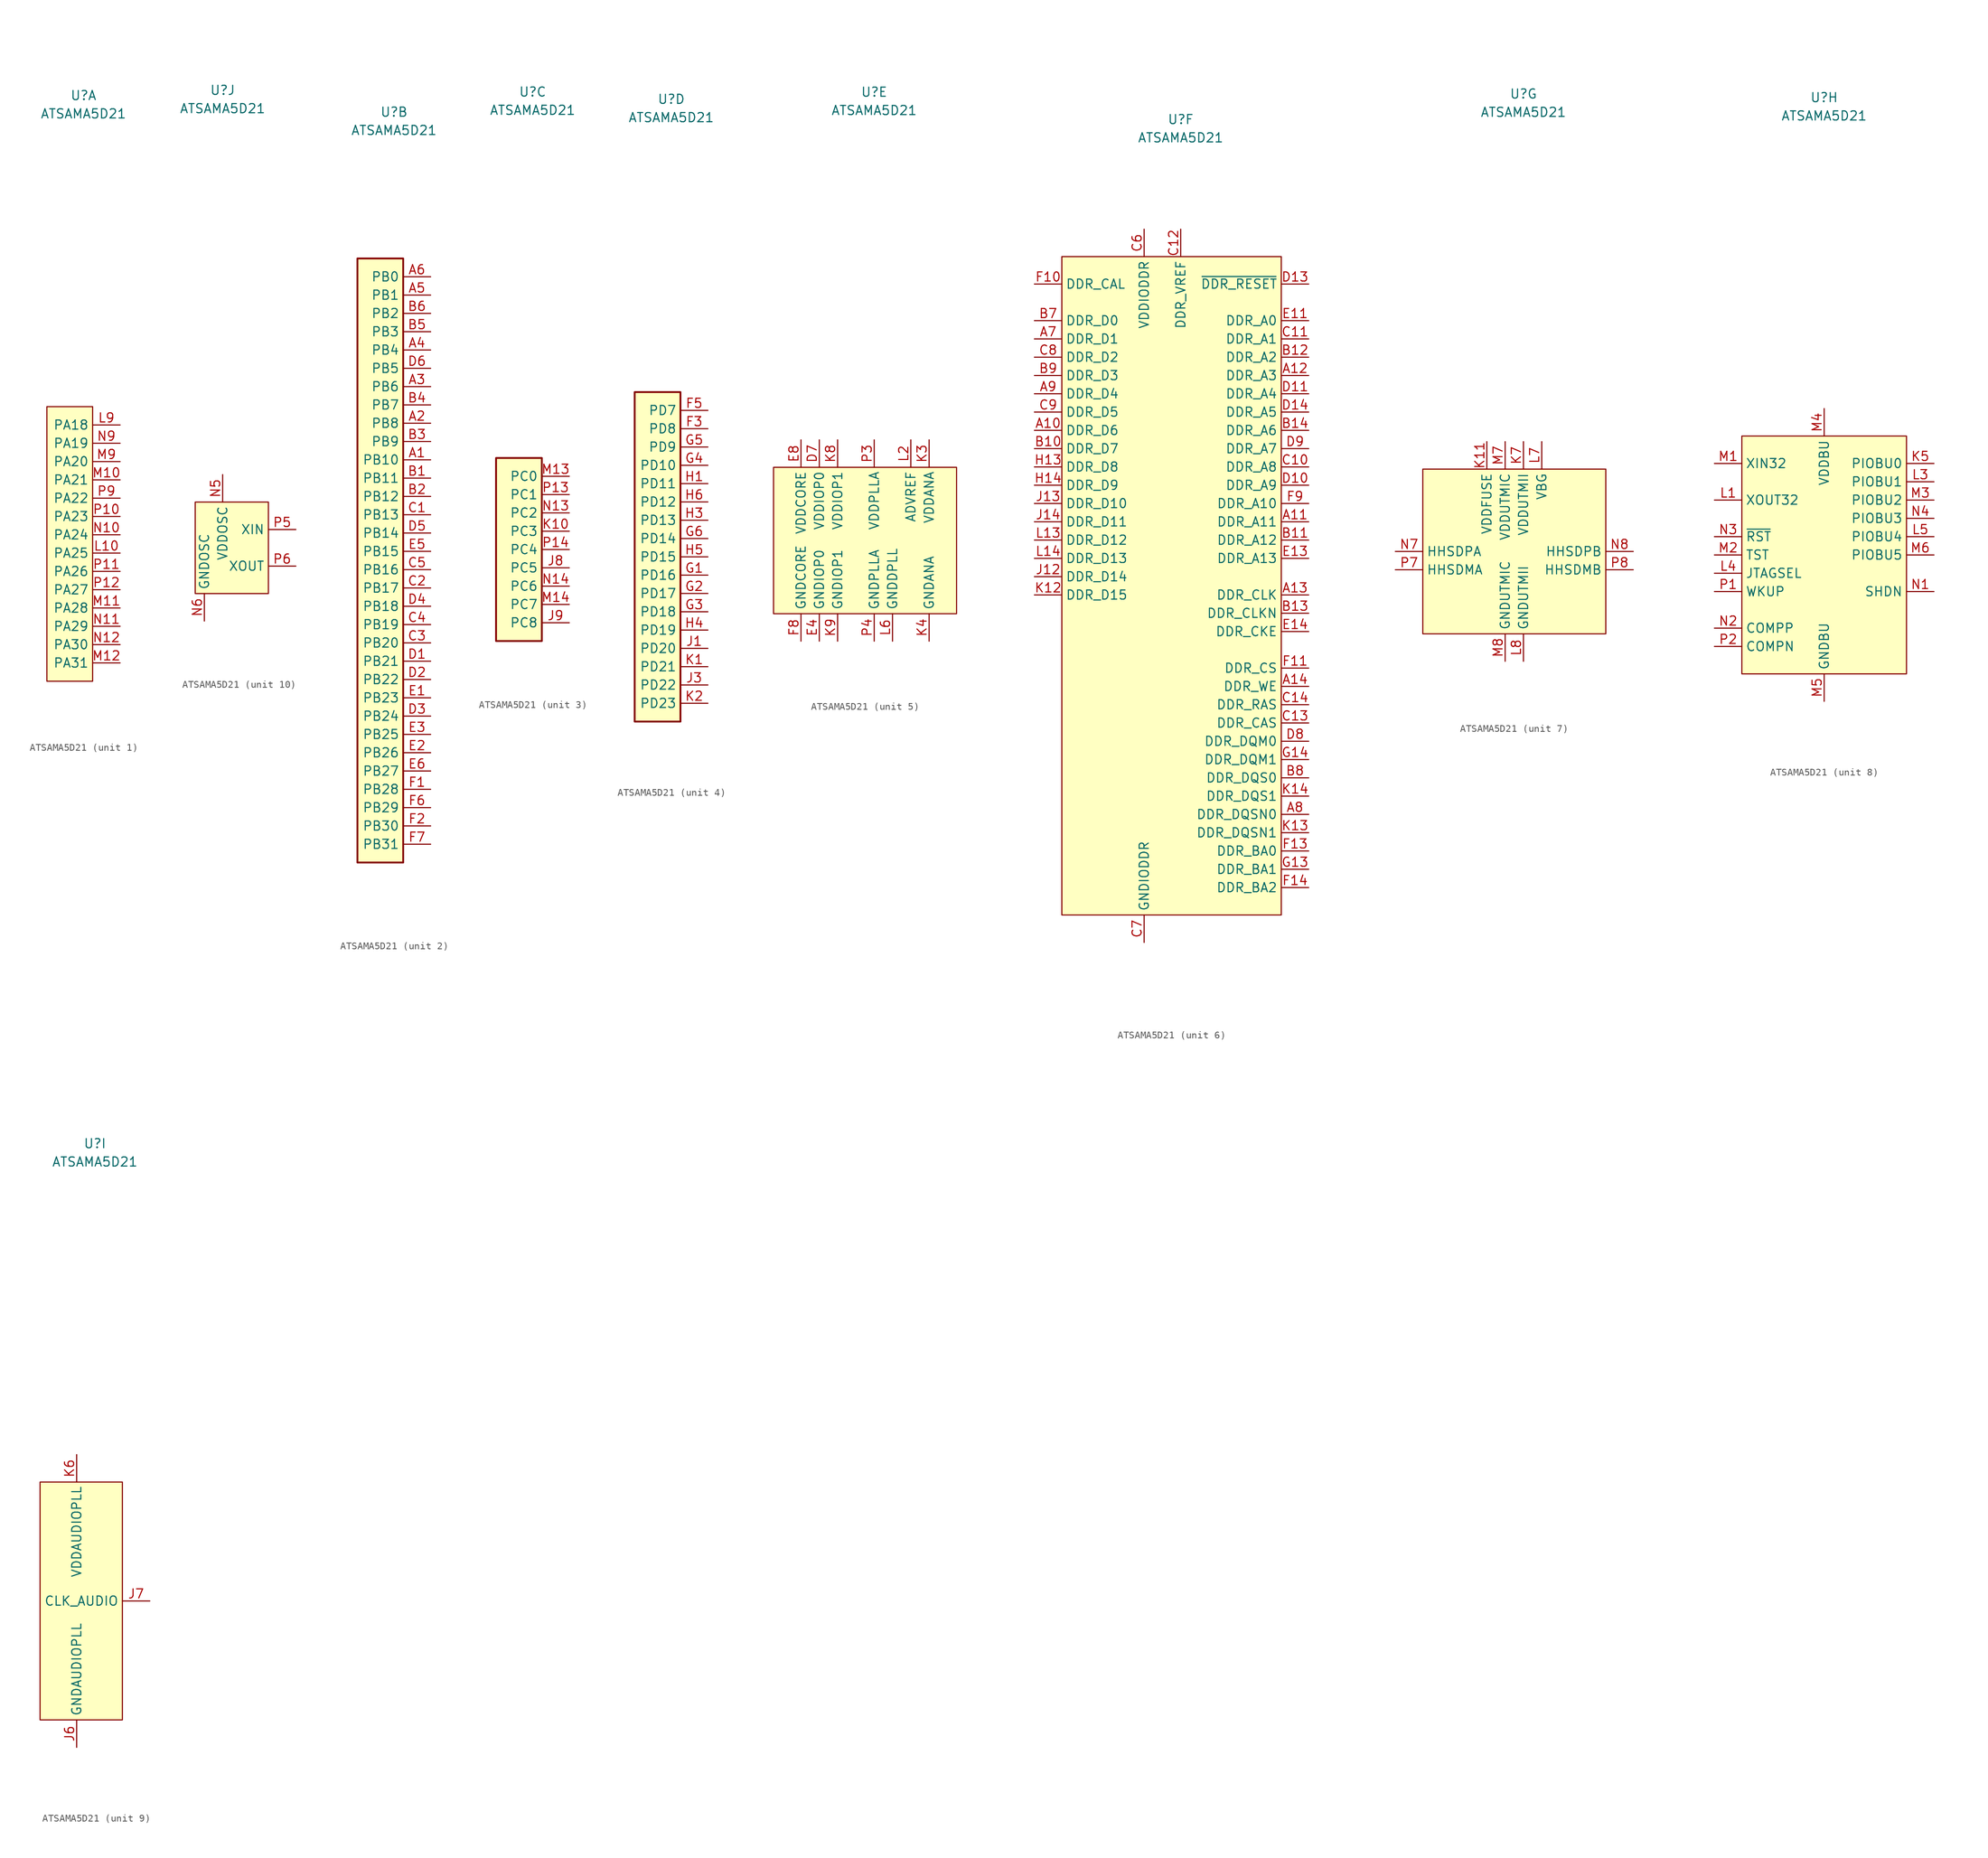
<source format=kicad_sym>
(kicad_symbol_lib
  (version 20201005)
  (generator kicad_symbol_editor)
  (symbol "ATSAMA5D21"
    (property "Reference" "U"
      (at 0 63.5 0)
      (effects (font (size 1.27 1.27))))
    (property "Value" "ATSAMA5D21"
      (at 0 60.96 0)
      (effects (font (size 1.27 1.27))))
    (property "ki_locked" ""
      (at 0 0 0)
      (effects (font (size 1.27 1.27))))
    (symbol "ATSAMA5D21_1_1"
      (rectangle (start 1.27 20.32) (end -5.08 -17.78) (stroke (width 0)) (fill (type background)))
      (pin bidirectional line (at 5.08 0 180) (length 3.81) (name "PA25" (effects (font (size 1.27 1.27)))) (number "L10" (effects (font (size 1.27 1.27)))))
      (pin bidirectional line (at 5.08 17.78 180) (length 3.81) (name "PA18" (effects (font (size 1.27 1.27)))) (number "L9" (effects (font (size 1.27 1.27)))))
      (pin bidirectional line (at 5.08 10.16 180) (length 3.81) (name "PA21" (effects (font (size 1.27 1.27)))) (number "M10" (effects (font (size 1.27 1.27)))))
      (pin bidirectional line (at 5.08 -7.62 180) (length 3.81) (name "PA28" (effects (font (size 1.27 1.27)))) (number "M11" (effects (font (size 1.27 1.27)))))
      (pin bidirectional line (at 5.08 -15.24 180) (length 3.81) (name "PA31" (effects (font (size 1.27 1.27)))) (number "M12" (effects (font (size 1.27 1.27)))))
      (pin bidirectional line (at 5.08 12.7 180) (length 3.81) (name "PA20" (effects (font (size 1.27 1.27)))) (number "M9" (effects (font (size 1.27 1.27)))))
      (pin bidirectional line (at 5.08 2.54 180) (length 3.81) (name "PA24" (effects (font (size 1.27 1.27)))) (number "N10" (effects (font (size 1.27 1.27)))))
      (pin bidirectional line (at 5.08 -10.16 180) (length 3.81) (name "PA29" (effects (font (size 1.27 1.27)))) (number "N11" (effects (font (size 1.27 1.27)))))
      (pin bidirectional line (at 5.08 -12.7 180) (length 3.81) (name "PA30" (effects (font (size 1.27 1.27)))) (number "N12" (effects (font (size 1.27 1.27)))))
      (pin bidirectional line (at 5.08 15.24 180) (length 3.81) (name "PA19" (effects (font (size 1.27 1.27)))) (number "N9" (effects (font (size 1.27 1.27)))))
      (pin bidirectional line (at 5.08 5.08 180) (length 3.81) (name "PA23" (effects (font (size 1.27 1.27)))) (number "P10" (effects (font (size 1.27 1.27)))))
      (pin bidirectional line (at 5.08 -2.54 180) (length 3.81) (name "PA26" (effects (font (size 1.27 1.27)))) (number "P11" (effects (font (size 1.27 1.27)))))
      (pin bidirectional line (at 5.08 -5.08 180) (length 3.81) (name "PA27" (effects (font (size 1.27 1.27)))) (number "P12" (effects (font (size 1.27 1.27)))))
      (pin bidirectional line (at 5.08 7.62 180) (length 3.81) (name "PA22" (effects (font (size 1.27 1.27)))) (number "P9" (effects (font (size 1.27 1.27))))))
    (symbol "ATSAMA5D21_2_1"
      (rectangle (start -5.08 43.18) (end 1.27 -40.64) (stroke (width 0.254)) (fill (type background)))
      (pin bidirectional line (at 5.08 15.24 180) (length 3.81) (name "PB10" (effects (font (size 1.27 1.27)))) (number "A1" (effects (font (size 1.27 1.27)))))
      (pin bidirectional line (at 5.08 20.32 180) (length 3.81) (name "PB8" (effects (font (size 1.27 1.27)))) (number "A2" (effects (font (size 1.27 1.27)))))
      (pin bidirectional line (at 5.08 25.4 180) (length 3.81) (name "PB6" (effects (font (size 1.27 1.27)))) (number "A3" (effects (font (size 1.27 1.27)))))
      (pin bidirectional line (at 5.08 30.48 180) (length 3.81) (name "PB4" (effects (font (size 1.27 1.27)))) (number "A4" (effects (font (size 1.27 1.27)))))
      (pin bidirectional line (at 5.08 38.1 180) (length 3.81) (name "PB1" (effects (font (size 1.27 1.27)))) (number "A5" (effects (font (size 1.27 1.27)))))
      (pin bidirectional line (at 5.08 40.64 180) (length 3.81) (name "PB0" (effects (font (size 1.27 1.27)))) (number "A6" (effects (font (size 1.27 1.27)))))
      (pin bidirectional line (at 5.08 12.7 180) (length 3.81) (name "PB11" (effects (font (size 1.27 1.27)))) (number "B1" (effects (font (size 1.27 1.27)))))
      (pin bidirectional line (at 5.08 10.16 180) (length 3.81) (name "PB12" (effects (font (size 1.27 1.27)))) (number "B2" (effects (font (size 1.27 1.27)))))
      (pin bidirectional line (at 5.08 17.78 180) (length 3.81) (name "PB9" (effects (font (size 1.27 1.27)))) (number "B3" (effects (font (size 1.27 1.27)))))
      (pin bidirectional line (at 5.08 22.86 180) (length 3.81) (name "PB7" (effects (font (size 1.27 1.27)))) (number "B4" (effects (font (size 1.27 1.27)))))
      (pin bidirectional line (at 5.08 33.02 180) (length 3.81) (name "PB3" (effects (font (size 1.27 1.27)))) (number "B5" (effects (font (size 1.27 1.27)))))
      (pin bidirectional line (at 5.08 35.56 180) (length 3.81) (name "PB2" (effects (font (size 1.27 1.27)))) (number "B6" (effects (font (size 1.27 1.27)))))
      (pin bidirectional line (at 5.08 7.62 180) (length 3.81) (name "PB13" (effects (font (size 1.27 1.27)))) (number "C1" (effects (font (size 1.27 1.27)))))
      (pin bidirectional line (at 5.08 -2.54 180) (length 3.81) (name "PB17" (effects (font (size 1.27 1.27)))) (number "C2" (effects (font (size 1.27 1.27)))))
      (pin bidirectional line (at 5.08 -10.16 180) (length 3.81) (name "PB20" (effects (font (size 1.27 1.27)))) (number "C3" (effects (font (size 1.27 1.27)))))
      (pin bidirectional line (at 5.08 -7.62 180) (length 3.81) (name "PB19" (effects (font (size 1.27 1.27)))) (number "C4" (effects (font (size 1.27 1.27)))))
      (pin bidirectional line (at 5.08 0 180) (length 3.81) (name "PB16" (effects (font (size 1.27 1.27)))) (number "C5" (effects (font (size 1.27 1.27)))))
      (pin bidirectional line (at 5.08 -12.7 180) (length 3.81) (name "PB21" (effects (font (size 1.27 1.27)))) (number "D1" (effects (font (size 1.27 1.27)))))
      (pin bidirectional line (at 5.08 -15.24 180) (length 3.81) (name "PB22" (effects (font (size 1.27 1.27)))) (number "D2" (effects (font (size 1.27 1.27)))))
      (pin bidirectional line (at 5.08 -20.32 180) (length 3.81) (name "PB24" (effects (font (size 1.27 1.27)))) (number "D3" (effects (font (size 1.27 1.27)))))
      (pin bidirectional line (at 5.08 -5.08 180) (length 3.81) (name "PB18" (effects (font (size 1.27 1.27)))) (number "D4" (effects (font (size 1.27 1.27)))))
      (pin bidirectional line (at 5.08 5.08 180) (length 3.81) (name "PB14" (effects (font (size 1.27 1.27)))) (number "D5" (effects (font (size 1.27 1.27)))))
      (pin bidirectional line (at 5.08 27.94 180) (length 3.81) (name "PB5" (effects (font (size 1.27 1.27)))) (number "D6" (effects (font (size 1.27 1.27)))))
      (pin bidirectional line (at 5.08 -17.78 180) (length 3.81) (name "PB23" (effects (font (size 1.27 1.27)))) (number "E1" (effects (font (size 1.27 1.27)))))
      (pin bidirectional line (at 5.08 -25.4 180) (length 3.81) (name "PB26" (effects (font (size 1.27 1.27)))) (number "E2" (effects (font (size 1.27 1.27)))))
      (pin bidirectional line (at 5.08 -22.86 180) (length 3.81) (name "PB25" (effects (font (size 1.27 1.27)))) (number "E3" (effects (font (size 1.27 1.27)))))
      (pin bidirectional line (at 5.08 2.54 180) (length 3.81) (name "PB15" (effects (font (size 1.27 1.27)))) (number "E5" (effects (font (size 1.27 1.27)))))
      (pin bidirectional line (at 5.08 -27.94 180) (length 3.81) (name "PB27" (effects (font (size 1.27 1.27)))) (number "E6" (effects (font (size 1.27 1.27)))))
      (pin bidirectional line (at 5.08 -30.48 180) (length 3.81) (name "PB28" (effects (font (size 1.27 1.27)))) (number "F1" (effects (font (size 1.27 1.27)))))
      (pin bidirectional line (at 5.08 -35.56 180) (length 3.81) (name "PB30" (effects (font (size 1.27 1.27)))) (number "F2" (effects (font (size 1.27 1.27)))))
      (pin bidirectional line (at 5.08 -33.02 180) (length 3.81) (name "PB29" (effects (font (size 1.27 1.27)))) (number "F6" (effects (font (size 1.27 1.27)))))
      (pin bidirectional line (at 5.08 -38.1 180) (length 3.81) (name "PB31" (effects (font (size 1.27 1.27)))) (number "F7" (effects (font (size 1.27 1.27))))))
    (symbol "ATSAMA5D21_3_1"
      (rectangle (start -5.08 -12.7) (end 1.27 12.7) (stroke (width 0.254)) (fill (type background)))
      (pin bidirectional line (at 5.08 -2.54 180) (length 3.81) (name "PC5" (effects (font (size 1.27 1.27)))) (number "J8" (effects (font (size 1.27 1.27)))))
      (pin bidirectional line (at 5.08 -10.16 180) (length 3.81) (name "PC8" (effects (font (size 1.27 1.27)))) (number "J9" (effects (font (size 1.27 1.27)))))
      (pin bidirectional line (at 5.08 2.54 180) (length 3.81) (name "PC3" (effects (font (size 1.27 1.27)))) (number "K10" (effects (font (size 1.27 1.27)))))
      (pin bidirectional line (at 5.08 10.16 180) (length 3.81) (name "PC0" (effects (font (size 1.27 1.27)))) (number "M13" (effects (font (size 1.27 1.27)))))
      (pin bidirectional line (at 5.08 -7.62 180) (length 3.81) (name "PC7" (effects (font (size 1.27 1.27)))) (number "M14" (effects (font (size 1.27 1.27)))))
      (pin bidirectional line (at 5.08 5.08 180) (length 3.81) (name "PC2" (effects (font (size 1.27 1.27)))) (number "N13" (effects (font (size 1.27 1.27)))))
      (pin bidirectional line (at 5.08 -5.08 180) (length 3.81) (name "PC6" (effects (font (size 1.27 1.27)))) (number "N14" (effects (font (size 1.27 1.27)))))
      (pin bidirectional line (at 5.08 7.62 180) (length 3.81) (name "PC1" (effects (font (size 1.27 1.27)))) (number "P13" (effects (font (size 1.27 1.27)))))
      (pin bidirectional line (at 5.08 0 180) (length 3.81) (name "PC4" (effects (font (size 1.27 1.27)))) (number "P14" (effects (font (size 1.27 1.27))))))
    (symbol "ATSAMA5D21_4_1"
      (rectangle (start -5.08 22.86) (end 1.27 -22.86) (stroke (width 0.254)) (fill (type background)))
      (pin bidirectional line (at 5.08 17.78 180) (length 3.81) (name "PD8" (effects (font (size 1.27 1.27)))) (number "F3" (effects (font (size 1.27 1.27)))))
      (pin bidirectional line (at 5.08 20.32 180) (length 3.81) (name "PD7" (effects (font (size 1.27 1.27)))) (number "F5" (effects (font (size 1.27 1.27)))))
      (pin bidirectional line (at 5.08 -2.54 180) (length 3.81) (name "PD16" (effects (font (size 1.27 1.27)))) (number "G1" (effects (font (size 1.27 1.27)))))
      (pin bidirectional line (at 5.08 -5.08 180) (length 3.81) (name "PD17" (effects (font (size 1.27 1.27)))) (number "G2" (effects (font (size 1.27 1.27)))))
      (pin bidirectional line (at 5.08 -7.62 180) (length 3.81) (name "PD18" (effects (font (size 1.27 1.27)))) (number "G3" (effects (font (size 1.27 1.27)))))
      (pin bidirectional line (at 5.08 12.7 180) (length 3.81) (name "PD10" (effects (font (size 1.27 1.27)))) (number "G4" (effects (font (size 1.27 1.27)))))
      (pin bidirectional line (at 5.08 15.24 180) (length 3.81) (name "PD9" (effects (font (size 1.27 1.27)))) (number "G5" (effects (font (size 1.27 1.27)))))
      (pin bidirectional line (at 5.08 2.54 180) (length 3.81) (name "PD14" (effects (font (size 1.27 1.27)))) (number "G6" (effects (font (size 1.27 1.27)))))
      (pin bidirectional line (at 5.08 10.16 180) (length 3.81) (name "PD11" (effects (font (size 1.27 1.27)))) (number "H1" (effects (font (size 1.27 1.27)))))
      (pin bidirectional line (at 5.08 5.08 180) (length 3.81) (name "PD13" (effects (font (size 1.27 1.27)))) (number "H3" (effects (font (size 1.27 1.27)))))
      (pin bidirectional line (at 5.08 -10.16 180) (length 3.81) (name "PD19" (effects (font (size 1.27 1.27)))) (number "H4" (effects (font (size 1.27 1.27)))))
      (pin bidirectional line (at 5.08 0 180) (length 3.81) (name "PD15" (effects (font (size 1.27 1.27)))) (number "H5" (effects (font (size 1.27 1.27)))))
      (pin bidirectional line (at 5.08 7.62 180) (length 3.81) (name "PD12" (effects (font (size 1.27 1.27)))) (number "H6" (effects (font (size 1.27 1.27)))))
      (pin bidirectional line (at 5.08 -12.7 180) (length 3.81) (name "PD20" (effects (font (size 1.27 1.27)))) (number "J1" (effects (font (size 1.27 1.27)))))
      (pin bidirectional line (at 5.08 -17.78 180) (length 3.81) (name "PD22" (effects (font (size 1.27 1.27)))) (number "J3" (effects (font (size 1.27 1.27)))))
      (pin bidirectional line (at 5.08 -15.24 180) (length 3.81) (name "PD21" (effects (font (size 1.27 1.27)))) (number "K1" (effects (font (size 1.27 1.27)))))
      (pin bidirectional line (at 5.08 -20.32 180) (length 3.81) (name "PD23" (effects (font (size 1.27 1.27)))) (number "K2" (effects (font (size 1.27 1.27))))))
    (symbol "ATSAMA5D21_5_1"
      (rectangle (start -13.97 11.43) (end 11.43 -8.89) (stroke (width 0)) (fill (type background)))
      (pin power_in line (at -7.62 15.24 270) (length 3.81) (name "VDDIOP0" (effects (font (size 1.27 1.27)))) (number "D7" (effects (font (size 1.27 1.27)))))
      (pin power_in line (at -7.62 -12.7 90) (length 3.81) (name "GNDIOP0" (effects (font (size 1.27 1.27)))) (number "E4" (effects (font (size 1.27 1.27)))))
      (pin passive line (at -7.62 -12.7 90) (length 3.81) hide (name "GNDIOP0" (effects (font (size 1.27 1.27)))) (number "E7" (effects (font (size 1.27 1.27)))))
      (pin power_in line (at -10.16 15.24 270) (length 3.81) (name "VDDCORE" (effects (font (size 1.27 1.27)))) (number "E8" (effects (font (size 1.27 1.27)))))
      (pin passive line (at -7.62 15.24 270) (length 3.81) hide (name "VDDIOP0" (effects (font (size 1.27 1.27)))) (number "F4" (effects (font (size 1.27 1.27)))))
      (pin power_in line (at -10.16 -12.7 90) (length 3.81) (name "GNDCORE" (effects (font (size 1.27 1.27)))) (number "F8" (effects (font (size 1.27 1.27)))))
      (pin passive line (at -10.16 -12.7 90) (length 3.81) hide (name "GNDCORE" (effects (font (size 1.27 1.27)))) (number "G7" (effects (font (size 1.27 1.27)))))
      (pin passive line (at -10.16 15.24 270) (length 3.81) hide (name "VDDCORE" (effects (font (size 1.27 1.27)))) (number "G8" (effects (font (size 1.27 1.27)))))
      (pin passive line (at -10.16 -12.7 90) (length 3.81) hide (name "GNDCORE" (effects (font (size 1.27 1.27)))) (number "G9" (effects (font (size 1.27 1.27)))))
      (pin passive line (at 7.62 15.24 270) (length 3.81) hide (name "VDDANA" (effects (font (size 1.27 1.27)))) (number "H2" (effects (font (size 1.27 1.27)))))
      (pin passive line (at -10.16 -12.7 90) (length 3.81) hide (name "GNDCORE" (effects (font (size 1.27 1.27)))) (number "H7" (effects (font (size 1.27 1.27)))))
      (pin passive line (at -10.16 15.24 270) (length 3.81) hide (name "VDDCORE" (effects (font (size 1.27 1.27)))) (number "H8" (effects (font (size 1.27 1.27)))))
      (pin passive line (at -10.16 15.24 270) (length 3.81) hide (name "VDDCORE" (effects (font (size 1.27 1.27)))) (number "H9" (effects (font (size 1.27 1.27)))))
      (pin passive line (at 7.62 -12.7 90) (length 3.81) hide (name "GNDANA" (effects (font (size 1.27 1.27)))) (number "J2" (effects (font (size 1.27 1.27)))))
      (pin passive line (at -10.16 -12.7 90) (length 3.81) hide (name "GNDCORE" (effects (font (size 1.27 1.27)))) (number "J4" (effects (font (size 1.27 1.27)))))
      (pin passive line (at -10.16 15.24 270) (length 3.81) hide (name "VDDCORE" (effects (font (size 1.27 1.27)))) (number "J5" (effects (font (size 1.27 1.27)))))
      (pin power_in line (at 7.62 15.24 270) (length 3.81) (name "VDDANA" (effects (font (size 1.27 1.27)))) (number "K3" (effects (font (size 1.27 1.27)))))
      (pin power_in line (at 7.62 -12.7 90) (length 3.81) (name "GNDANA" (effects (font (size 1.27 1.27)))) (number "K4" (effects (font (size 1.27 1.27)))))
      (pin power_in line (at -5.08 15.24 270) (length 3.81) (name "VDDIOP1" (effects (font (size 1.27 1.27)))) (number "K8" (effects (font (size 1.27 1.27)))))
      (pin power_in line (at -5.08 -12.7 90) (length 3.81) (name "GNDIOP1" (effects (font (size 1.27 1.27)))) (number "K9" (effects (font (size 1.27 1.27)))))
      (pin passive line (at -5.08 15.24 270) (length 3.81) hide (name "VDDIOP1" (effects (font (size 1.27 1.27)))) (number "L11" (effects (font (size 1.27 1.27)))))
      (pin passive line (at -5.08 -12.7 90) (length 3.81) hide (name "GNDIOP1" (effects (font (size 1.27 1.27)))) (number "L12" (effects (font (size 1.27 1.27)))))
      (pin power_in line (at 5.08 15.24 270) (length 3.81) (name "ADVREF" (effects (font (size 1.27 1.27)))) (number "L2" (effects (font (size 1.27 1.27)))))
      (pin power_in line (at 2.54 -12.7 90) (length 3.81) (name "GNDDPLL" (effects (font (size 1.27 1.27)))) (number "L6" (effects (font (size 1.27 1.27)))))
      (pin power_in line (at 0 15.24 270) (length 3.81) (name "VDDPLLA" (effects (font (size 1.27 1.27)))) (number "P3" (effects (font (size 1.27 1.27)))))
      (pin power_in line (at 0 -12.7 90) (length 3.81) (name "GNDPLLA" (effects (font (size 1.27 1.27)))) (number "P4" (effects (font (size 1.27 1.27))))))
    (symbol "ATSAMA5D21_6_1"
      (rectangle (start -16.51 44.45) (end 13.97 -46.99) (stroke (width 0)) (fill (type background)))
      (pin bidirectional line (at -20.32 20.32 0) (length 3.81) (name "DDR_D6" (effects (font (size 1.27 1.27)))) (number "A10" (effects (font (size 1.27 1.27)))))
      (pin output line (at 17.78 7.62 180) (length 3.81) (name "DDR_A11" (effects (font (size 1.27 1.27)))) (number "A11" (effects (font (size 1.27 1.27)))))
      (pin output line (at 17.78 27.94 180) (length 3.81) (name "DDR_A3" (effects (font (size 1.27 1.27)))) (number "A12" (effects (font (size 1.27 1.27)))))
      (pin output line (at 17.78 -2.54 180) (length 3.81) (name "DDR_CLK" (effects (font (size 1.27 1.27)))) (number "A13" (effects (font (size 1.27 1.27)))))
      (pin output line (at 17.78 -15.24 180) (length 3.81) (name "DDR_WE" (effects (font (size 1.27 1.27)))) (number "A14" (effects (font (size 1.27 1.27)))))
      (pin bidirectional line (at -20.32 33.02 0) (length 3.81) (name "DDR_D1" (effects (font (size 1.27 1.27)))) (number "A7" (effects (font (size 1.27 1.27)))))
      (pin output line (at 17.78 -33.02 180) (length 3.81) (name "DDR_DQSN0" (effects (font (size 1.27 1.27)))) (number "A8" (effects (font (size 1.27 1.27)))))
      (pin bidirectional line (at -20.32 25.4 0) (length 3.81) (name "DDR_D4" (effects (font (size 1.27 1.27)))) (number "A9" (effects (font (size 1.27 1.27)))))
      (pin bidirectional line (at -20.32 17.78 0) (length 3.81) (name "DDR_D7" (effects (font (size 1.27 1.27)))) (number "B10" (effects (font (size 1.27 1.27)))))
      (pin output line (at 17.78 5.08 180) (length 3.81) (name "DDR_A12" (effects (font (size 1.27 1.27)))) (number "B11" (effects (font (size 1.27 1.27)))))
      (pin output line (at 17.78 30.48 180) (length 3.81) (name "DDR_A2" (effects (font (size 1.27 1.27)))) (number "B12" (effects (font (size 1.27 1.27)))))
      (pin output line (at 17.78 -5.08 180) (length 3.81) (name "DDR_CLKN" (effects (font (size 1.27 1.27)))) (number "B13" (effects (font (size 1.27 1.27)))))
      (pin output line (at 17.78 20.32 180) (length 3.81) (name "DDR_A6" (effects (font (size 1.27 1.27)))) (number "B14" (effects (font (size 1.27 1.27)))))
      (pin bidirectional line (at -20.32 35.56 0) (length 3.81) (name "DDR_D0" (effects (font (size 1.27 1.27)))) (number "B7" (effects (font (size 1.27 1.27)))))
      (pin output line (at 17.78 -27.94 180) (length 3.81) (name "DDR_DQS0" (effects (font (size 1.27 1.27)))) (number "B8" (effects (font (size 1.27 1.27)))))
      (pin bidirectional line (at -20.32 27.94 0) (length 3.81) (name "DDR_D3" (effects (font (size 1.27 1.27)))) (number "B9" (effects (font (size 1.27 1.27)))))
      (pin output line (at 17.78 15.24 180) (length 3.81) (name "DDR_A8" (effects (font (size 1.27 1.27)))) (number "C10" (effects (font (size 1.27 1.27)))))
      (pin output line (at 17.78 33.02 180) (length 3.81) (name "DDR_A1" (effects (font (size 1.27 1.27)))) (number "C11" (effects (font (size 1.27 1.27)))))
      (pin power_in line (at 0 48.26 270) (length 3.81) (name "DDR_VREF" (effects (font (size 1.27 1.27)))) (number "C12" (effects (font (size 1.27 1.27)))))
      (pin output line (at 17.78 -20.32 180) (length 3.81) (name "DDR_CAS" (effects (font (size 1.27 1.27)))) (number "C13" (effects (font (size 1.27 1.27)))))
      (pin output line (at 17.78 -17.78 180) (length 3.81) (name "DDR_RAS" (effects (font (size 1.27 1.27)))) (number "C14" (effects (font (size 1.27 1.27)))))
      (pin power_in line (at -5.08 48.26 270) (length 3.81) (name "VDDIODDR" (effects (font (size 1.27 1.27)))) (number "C6" (effects (font (size 1.27 1.27)))))
      (pin power_in line (at -5.08 -50.8 90) (length 3.81) (name "GNDIODDR" (effects (font (size 1.27 1.27)))) (number "C7" (effects (font (size 1.27 1.27)))))
      (pin bidirectional line (at -20.32 30.48 0) (length 3.81) (name "DDR_D2" (effects (font (size 1.27 1.27)))) (number "C8" (effects (font (size 1.27 1.27)))))
      (pin bidirectional line (at -20.32 22.86 0) (length 3.81) (name "DDR_D5" (effects (font (size 1.27 1.27)))) (number "C9" (effects (font (size 1.27 1.27)))))
      (pin output line (at 17.78 12.7 180) (length 3.81) (name "DDR_A9" (effects (font (size 1.27 1.27)))) (number "D10" (effects (font (size 1.27 1.27)))))
      (pin output line (at 17.78 25.4 180) (length 3.81) (name "DDR_A4" (effects (font (size 1.27 1.27)))) (number "D11" (effects (font (size 1.27 1.27)))))
      (pin passive line (at -5.08 -50.8 90) (length 3.81) hide (name "GNDIODDR" (effects (font (size 1.27 1.27)))) (number "D12" (effects (font (size 1.27 1.27)))))
      (pin output line (at 17.78 40.64 180) (length 3.81) (name "~DDR_RESET" (effects (font (size 1.27 1.27)))) (number "D13" (effects (font (size 1.27 1.27)))))
      (pin output line (at 17.78 22.86 180) (length 3.81) (name "DDR_A5" (effects (font (size 1.27 1.27)))) (number "D14" (effects (font (size 1.27 1.27)))))
      (pin output line (at 17.78 -22.86 180) (length 3.81) (name "DDR_DQM0" (effects (font (size 1.27 1.27)))) (number "D8" (effects (font (size 1.27 1.27)))))
      (pin output line (at 17.78 17.78 180) (length 3.81) (name "DDR_A7" (effects (font (size 1.27 1.27)))) (number "D9" (effects (font (size 1.27 1.27)))))
      (pin passive line (at -5.08 48.26 270) (length 3.81) hide (name "VDDIODDR" (effects (font (size 1.27 1.27)))) (number "E10" (effects (font (size 1.27 1.27)))))
      (pin output line (at 17.78 35.56 180) (length 3.81) (name "DDR_A0" (effects (font (size 1.27 1.27)))) (number "E11" (effects (font (size 1.27 1.27)))))
      (pin passive line (at -5.08 48.26 270) (length 3.81) hide (name "VDDIODDR" (effects (font (size 1.27 1.27)))) (number "E12" (effects (font (size 1.27 1.27)))))
      (pin output line (at 17.78 2.54 180) (length 3.81) (name "DDR_A13" (effects (font (size 1.27 1.27)))) (number "E13" (effects (font (size 1.27 1.27)))))
      (pin output line (at 17.78 -7.62 180) (length 3.81) (name "DDR_CKE" (effects (font (size 1.27 1.27)))) (number "E14" (effects (font (size 1.27 1.27)))))
      (pin passive line (at -5.08 -50.8 90) (length 3.81) hide (name "GNDIODDR" (effects (font (size 1.27 1.27)))) (number "E9" (effects (font (size 1.27 1.27)))))
      (pin input line (at -20.32 40.64 0) (length 3.81) (name "DDR_CAL" (effects (font (size 1.27 1.27)))) (number "F10" (effects (font (size 1.27 1.27)))))
      (pin output line (at 17.78 -12.7 180) (length 3.81) (name "DDR_CS" (effects (font (size 1.27 1.27)))) (number "F11" (effects (font (size 1.27 1.27)))))
      (pin passive line (at -5.08 -50.8 90) (length 3.81) hide (name "GNDIODDR" (effects (font (size 1.27 1.27)))) (number "F12" (effects (font (size 1.27 1.27)))))
      (pin output line (at 17.78 -38.1 180) (length 3.81) (name "DDR_BA0" (effects (font (size 1.27 1.27)))) (number "F13" (effects (font (size 1.27 1.27)))))
      (pin output line (at 17.78 -43.18 180) (length 3.81) (name "DDR_BA2" (effects (font (size 1.27 1.27)))) (number "F14" (effects (font (size 1.27 1.27)))))
      (pin output line (at 17.78 10.16 180) (length 3.81) (name "DDR_A10" (effects (font (size 1.27 1.27)))) (number "F9" (effects (font (size 1.27 1.27)))))
      (pin passive line (at -5.08 48.26 270) (length 3.81) hide (name "VDDIODDR" (effects (font (size 1.27 1.27)))) (number "G10" (effects (font (size 1.27 1.27)))))
      (pin passive line (at -5.08 -50.8 90) (length 3.81) hide (name "GNDIODDR" (effects (font (size 1.27 1.27)))) (number "G11" (effects (font (size 1.27 1.27)))))
      (pin passive line (at -5.08 48.26 270) (length 3.81) hide (name "VDDIODDR" (effects (font (size 1.27 1.27)))) (number "G12" (effects (font (size 1.27 1.27)))))
      (pin output line (at 17.78 -40.64 180) (length 3.81) (name "DDR_BA1" (effects (font (size 1.27 1.27)))) (number "G13" (effects (font (size 1.27 1.27)))))
      (pin output line (at 17.78 -25.4 180) (length 3.81) (name "DDR_DQM1" (effects (font (size 1.27 1.27)))) (number "G14" (effects (font (size 1.27 1.27)))))
      (pin passive line (at -5.08 -50.8 90) (length 3.81) hide (name "GNDIODDR" (effects (font (size 1.27 1.27)))) (number "H10" (effects (font (size 1.27 1.27)))))
      (pin passive line (at -5.08 48.26 270) (length 3.81) hide (name "VDDIODDR" (effects (font (size 1.27 1.27)))) (number "H11" (effects (font (size 1.27 1.27)))))
      (pin passive line (at 0 48.26 270) (length 3.81) hide (name "DDR_VREF" (effects (font (size 1.27 1.27)))) (number "H12" (effects (font (size 1.27 1.27)))))
      (pin bidirectional line (at -20.32 15.24 0) (length 3.81) (name "DDR_D8" (effects (font (size 1.27 1.27)))) (number "H13" (effects (font (size 1.27 1.27)))))
      (pin bidirectional line (at -20.32 12.7 0) (length 3.81) (name "DDR_D9" (effects (font (size 1.27 1.27)))) (number "H14" (effects (font (size 1.27 1.27)))))
      (pin passive line (at -5.08 48.26 270) (length 3.81) hide (name "VDDIODDR" (effects (font (size 1.27 1.27)))) (number "J10" (effects (font (size 1.27 1.27)))))
      (pin passive line (at -5.08 -50.8 90) (length 3.81) hide (name "GNDIODDR" (effects (font (size 1.27 1.27)))) (number "J11" (effects (font (size 1.27 1.27)))))
      (pin bidirectional line (at -20.32 0 0) (length 3.81) (name "DDR_D14" (effects (font (size 1.27 1.27)))) (number "J12" (effects (font (size 1.27 1.27)))))
      (pin bidirectional line (at -20.32 10.16 0) (length 3.81) (name "DDR_D10" (effects (font (size 1.27 1.27)))) (number "J13" (effects (font (size 1.27 1.27)))))
      (pin bidirectional line (at -20.32 7.62 0) (length 3.81) (name "DDR_D11" (effects (font (size 1.27 1.27)))) (number "J14" (effects (font (size 1.27 1.27)))))
      (pin bidirectional line (at -20.32 -2.54 0) (length 3.81) (name "DDR_D15" (effects (font (size 1.27 1.27)))) (number "K12" (effects (font (size 1.27 1.27)))))
      (pin output line (at 17.78 -35.56 180) (length 3.81) (name "DDR_DQSN1" (effects (font (size 1.27 1.27)))) (number "K13" (effects (font (size 1.27 1.27)))))
      (pin output line (at 17.78 -30.48 180) (length 3.81) (name "DDR_DQS1" (effects (font (size 1.27 1.27)))) (number "K14" (effects (font (size 1.27 1.27)))))
      (pin bidirectional line (at -20.32 5.08 0) (length 3.81) (name "DDR_D12" (effects (font (size 1.27 1.27)))) (number "L13" (effects (font (size 1.27 1.27)))))
      (pin bidirectional line (at -20.32 2.54 0) (length 3.81) (name "DDR_D13" (effects (font (size 1.27 1.27)))) (number "L14" (effects (font (size 1.27 1.27))))))
    (symbol "ATSAMA5D21_7_1"
      (rectangle (start -13.97 11.43) (end 11.43 -11.43) (stroke (width 0)) (fill (type background)))
      (pin power_in line (at -5.08 15.24 270) (length 3.81) (name "VDDFUSE" (effects (font (size 1.27 1.27)))) (number "K11" (effects (font (size 1.27 1.27)))))
      (pin power_in line (at 0 15.24 270) (length 3.81) (name "VDDUTMII" (effects (font (size 1.27 1.27)))) (number "K7" (effects (font (size 1.27 1.27)))))
      (pin power_in line (at 2.54 15.24 270) (length 3.81) (name "VBG" (effects (font (size 1.27 1.27)))) (number "L7" (effects (font (size 1.27 1.27)))))
      (pin power_in line (at 0 -15.24 90) (length 3.81) (name "GNDUTMII" (effects (font (size 1.27 1.27)))) (number "L8" (effects (font (size 1.27 1.27)))))
      (pin power_in line (at -2.54 15.24 270) (length 3.81) (name "VDDUTMIC" (effects (font (size 1.27 1.27)))) (number "M7" (effects (font (size 1.27 1.27)))))
      (pin power_in line (at -2.54 -15.24 90) (length 3.81) (name "GNDUTMIC" (effects (font (size 1.27 1.27)))) (number "M8" (effects (font (size 1.27 1.27)))))
      (pin bidirectional line (at -17.78 0 0) (length 3.81) (name "HHSDPA" (effects (font (size 1.27 1.27)))) (number "N7" (effects (font (size 1.27 1.27)))))
      (pin bidirectional line (at 15.24 0 180) (length 3.81) (name "HHSDPB" (effects (font (size 1.27 1.27)))) (number "N8" (effects (font (size 1.27 1.27)))))
      (pin bidirectional line (at -17.78 -2.54 0) (length 3.81) (name "HHSDMA" (effects (font (size 1.27 1.27)))) (number "P7" (effects (font (size 1.27 1.27)))))
      (pin bidirectional line (at 15.24 -2.54 180) (length 3.81) (name "HHSDMB" (effects (font (size 1.27 1.27)))) (number "P8" (effects (font (size 1.27 1.27))))))
    (symbol "ATSAMA5D21_8_1"
      (rectangle (start -11.43 16.51) (end 11.43 -16.51) (stroke (width 0)) (fill (type background)))
      (pin bidirectional line (at 15.24 12.7 180) (length 3.81) (name "PIOBU0" (effects (font (size 1.27 1.27)))) (number "K5" (effects (font (size 1.27 1.27)))))
      (pin output line (at -15.24 7.62 0) (length 3.81) (name "XOUT32" (effects (font (size 1.27 1.27)))) (number "L1" (effects (font (size 1.27 1.27)))))
      (pin bidirectional line (at 15.24 10.16 180) (length 3.81) (name "PIOBU1" (effects (font (size 1.27 1.27)))) (number "L3" (effects (font (size 1.27 1.27)))))
      (pin input line (at -15.24 -2.54 0) (length 3.81) (name "JTAGSEL" (effects (font (size 1.27 1.27)))) (number "L4" (effects (font (size 1.27 1.27)))))
      (pin bidirectional line (at 15.24 2.54 180) (length 3.81) (name "PIOBU4" (effects (font (size 1.27 1.27)))) (number "L5" (effects (font (size 1.27 1.27)))))
      (pin input line (at -15.24 12.7 0) (length 3.81) (name "XIN32" (effects (font (size 1.27 1.27)))) (number "M1" (effects (font (size 1.27 1.27)))))
      (pin input line (at -15.24 0 0) (length 3.81) (name "TST" (effects (font (size 1.27 1.27)))) (number "M2" (effects (font (size 1.27 1.27)))))
      (pin bidirectional line (at 15.24 7.62 180) (length 3.81) (name "PIOBU2" (effects (font (size 1.27 1.27)))) (number "M3" (effects (font (size 1.27 1.27)))))
      (pin power_in line (at 0 20.32 270) (length 3.81) (name "VDDBU" (effects (font (size 1.27 1.27)))) (number "M4" (effects (font (size 1.27 1.27)))))
      (pin power_in line (at 0 -20.32 90) (length 3.81) (name "GNDBU" (effects (font (size 1.27 1.27)))) (number "M5" (effects (font (size 1.27 1.27)))))
      (pin bidirectional line (at 15.24 0 180) (length 3.81) (name "PIOBU5" (effects (font (size 1.27 1.27)))) (number "M6" (effects (font (size 1.27 1.27)))))
      (pin output line (at 15.24 -5.08 180) (length 3.81) (name "SHDN" (effects (font (size 1.27 1.27)))) (number "N1" (effects (font (size 1.27 1.27)))))
      (pin input line (at -15.24 -10.16 0) (length 3.81) (name "COMPP" (effects (font (size 1.27 1.27)))) (number "N2" (effects (font (size 1.27 1.27)))))
      (pin input line (at -15.24 2.54 0) (length 3.81) (name "~RST" (effects (font (size 1.27 1.27)))) (number "N3" (effects (font (size 1.27 1.27)))))
      (pin bidirectional line (at 15.24 5.08 180) (length 3.81) (name "PIOBU3" (effects (font (size 1.27 1.27)))) (number "N4" (effects (font (size 1.27 1.27)))))
      (pin input line (at -15.24 -5.08 0) (length 3.81) (name "WKUP" (effects (font (size 1.27 1.27)))) (number "P1" (effects (font (size 1.27 1.27)))))
      (pin input line (at -15.24 -12.7 0) (length 3.81) (name "COMPN" (effects (font (size 1.27 1.27)))) (number "P2" (effects (font (size 1.27 1.27))))))
    (symbol "ATSAMA5D21_9_1"
      (rectangle (start -7.62 16.51) (end 3.81 -16.51) (stroke (width 0)) (fill (type background)))
      (pin power_in line (at -2.54 -20.32 90) (length 3.81) (name "GNDAUDIOPLL" (effects (font (size 1.27 1.27)))) (number "J6" (effects (font (size 1.27 1.27)))))
      (pin output line (at 7.62 0 180) (length 3.81) (name "CLK_AUDIO" (effects (font (size 1.27 1.27)))) (number "J7" (effects (font (size 1.27 1.27)))))
      (pin power_in line (at -2.54 20.32 270) (length 3.81) (name "VDDAUDIOPLL" (effects (font (size 1.27 1.27)))) (number "K6" (effects (font (size 1.27 1.27))))))
    (symbol "ATSAMA5D21_10_1"
      (rectangle (start -3.81 6.35) (end 6.35 -6.35) (stroke (width 0)) (fill (type background)))
      (pin power_in line (at 0 10.16 270) (length 3.81) (name "VDDOSC" (effects (font (size 1.27 1.27)))) (number "N5" (effects (font (size 1.27 1.27)))))
      (pin power_in line (at -2.54 -10.16 90) (length 3.81) (name "GNDOSC" (effects (font (size 1.27 1.27)))) (number "N6" (effects (font (size 1.27 1.27)))))
      (pin input line (at 10.16 2.54 180) (length 3.81) (name "XIN" (effects (font (size 1.27 1.27)))) (number "P5" (effects (font (size 1.27 1.27)))))
      (pin output line (at 10.16 -2.54 180) (length 3.81) (name "XOUT" (effects (font (size 1.27 1.27)))) (number "P6" (effects (font (size 1.27 1.27))))))))
</source>
